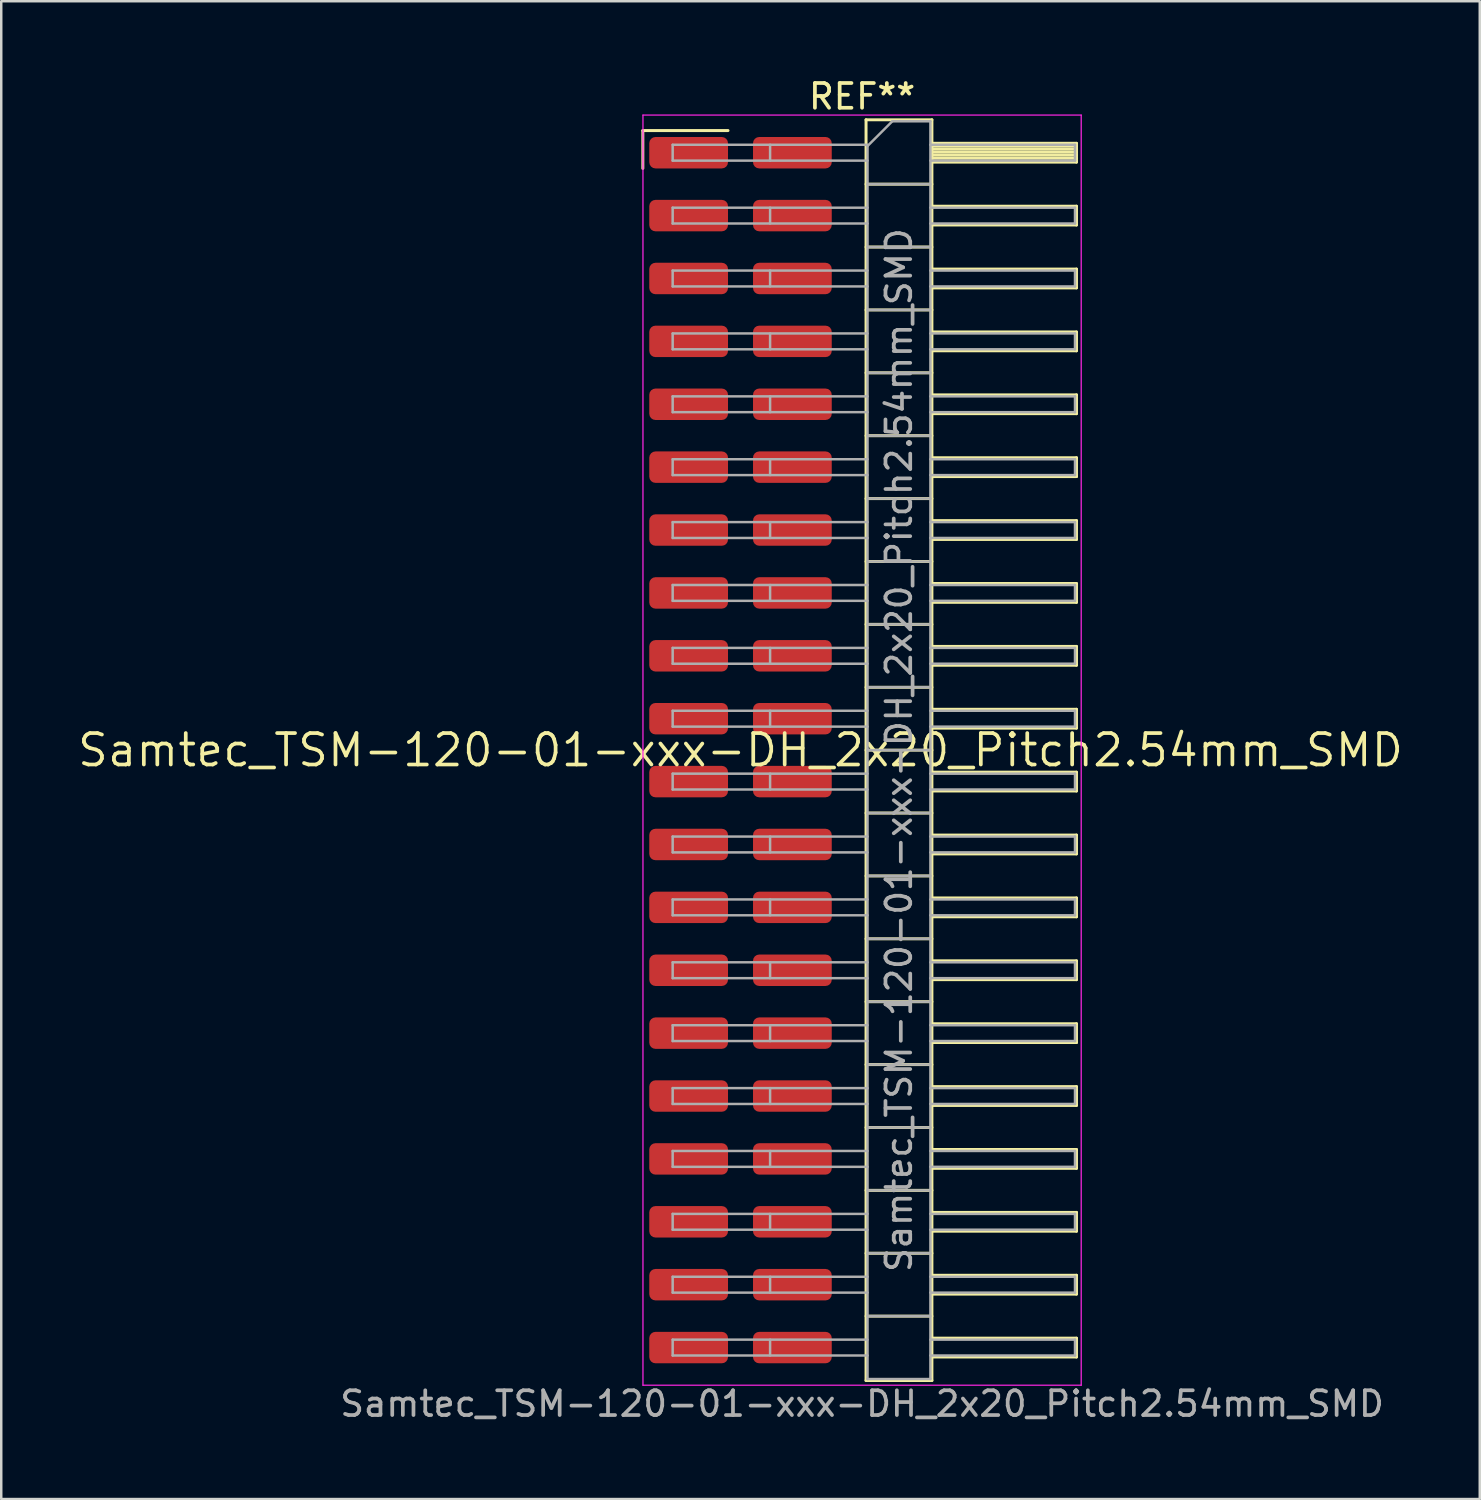
<source format=kicad_pcb>
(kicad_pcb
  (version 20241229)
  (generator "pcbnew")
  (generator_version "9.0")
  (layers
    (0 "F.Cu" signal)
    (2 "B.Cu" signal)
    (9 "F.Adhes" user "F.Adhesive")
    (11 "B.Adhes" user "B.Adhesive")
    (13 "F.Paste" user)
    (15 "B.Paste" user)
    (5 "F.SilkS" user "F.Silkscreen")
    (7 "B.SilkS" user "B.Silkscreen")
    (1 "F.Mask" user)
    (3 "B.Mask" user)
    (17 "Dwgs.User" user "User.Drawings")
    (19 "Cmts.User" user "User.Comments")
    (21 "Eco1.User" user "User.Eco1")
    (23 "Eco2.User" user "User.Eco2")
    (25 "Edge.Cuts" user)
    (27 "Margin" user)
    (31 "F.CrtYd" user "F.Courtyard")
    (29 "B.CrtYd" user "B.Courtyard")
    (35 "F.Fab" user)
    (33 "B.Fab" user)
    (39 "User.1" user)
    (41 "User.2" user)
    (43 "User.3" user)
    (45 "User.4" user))
  (footprint "Samtec_TSM-120-01-xxx-DH_2x20_Pitch2.54mm_SMD"
    (layer "F.Cu")
    (at 26.859 27.248)
    (property "Reference" "Samtec_TSM-120-01-xxx-DH_2x20_Pitch2.54mm_SMD" (at 0 0 0) (layer "F.SilkS") (effects (font (size 1.27 1.27) (thickness 0.15))))
    (attr smd)
    (fp_line (start -3.945 -25.025) (end -0.505 -25.025) (stroke (width 0.12) (type solid)) (layer "F.SilkS"))
    (fp_line (start -3.945 -23.495) (end -3.945 -25.025) (stroke (width 0.12) (type solid)) (layer "F.SilkS"))
    (fp_line (start 5.07 -25.46) (end 7.73 -25.46) (stroke (width 0.12) (type solid)) (layer "F.SilkS"))
    (fp_line (start 5.07 -22.86) (end 7.73 -22.86) (stroke (width 0.12) (type solid)) (layer "F.SilkS"))
    (fp_line (start 5.07 -20.32) (end 7.73 -20.32) (stroke (width 0.12) (type solid)) (layer "F.SilkS"))
    (fp_line (start 5.07 -17.78) (end 7.73 -17.78) (stroke (width 0.12) (type solid)) (layer "F.SilkS"))
    (fp_line (start 5.07 -15.24) (end 7.73 -15.24) (stroke (width 0.12) (type solid)) (layer "F.SilkS"))
    (fp_line (start 5.07 -12.7) (end 7.73 -12.7) (stroke (width 0.12) (type solid)) (layer "F.SilkS"))
    (fp_line (start 5.07 -10.16) (end 7.73 -10.16) (stroke (width 0.12) (type solid)) (layer "F.SilkS"))
    (fp_line (start 5.07 -7.62) (end 7.73 -7.62) (stroke (width 0.12) (type solid)) (layer "F.SilkS"))
    (fp_line (start 5.07 -5.08) (end 7.73 -5.08) (stroke (width 0.12) (type solid)) (layer "F.SilkS"))
    (fp_line (start 5.07 -2.54) (end 7.73 -2.54) (stroke (width 0.12) (type solid)) (layer "F.SilkS"))
    (fp_line (start 5.07 0) (end 7.73 0) (stroke (width 0.12) (type solid)) (layer "F.SilkS"))
    (fp_line (start 5.07 2.54) (end 7.73 2.54) (stroke (width 0.12) (type solid)) (layer "F.SilkS"))
    (fp_line (start 5.07 5.08) (end 7.73 5.08) (stroke (width 0.12) (type solid)) (layer "F.SilkS"))
    (fp_line (start 5.07 7.62) (end 7.73 7.62) (stroke (width 0.12) (type solid)) (layer "F.SilkS"))
    (fp_line (start 5.07 10.16) (end 7.73 10.16) (stroke (width 0.12) (type solid)) (layer "F.SilkS"))
    (fp_line (start 5.07 12.7) (end 7.73 12.7) (stroke (width 0.12) (type solid)) (layer "F.SilkS"))
    (fp_line (start 5.07 15.24) (end 7.73 15.24) (stroke (width 0.12) (type solid)) (layer "F.SilkS"))
    (fp_line (start 5.07 17.78) (end 7.73 17.78) (stroke (width 0.12) (type solid)) (layer "F.SilkS"))
    (fp_line (start 5.07 20.32) (end 7.73 20.32) (stroke (width 0.12) (type solid)) (layer "F.SilkS"))
    (fp_line (start 5.07 22.86) (end 7.73 22.86) (stroke (width 0.12) (type solid)) (layer "F.SilkS"))
    (fp_line (start 5.07 25.46) (end 5.07 -25.46) (stroke (width 0.12) (type solid)) (layer "F.SilkS"))
    (fp_line (start 7.73 -25.46) (end 7.73 25.46) (stroke (width 0.12) (type solid)) (layer "F.SilkS"))
    (fp_line (start 7.73 -24.51) (end 13.57 -24.51) (stroke (width 0.12) (type solid)) (layer "F.SilkS"))
    (fp_line (start 7.73 -24.39) (end 13.57 -24.39) (stroke (width 0.12) (type solid)) (layer "F.SilkS"))
    (fp_line (start 7.73 -24.27) (end 13.57 -24.27) (stroke (width 0.12) (type solid)) (layer "F.SilkS"))
    (fp_line (start 7.73 -24.15) (end 13.57 -24.15) (stroke (width 0.12) (type solid)) (layer "F.SilkS"))
    (fp_line (start 7.73 -24.03) (end 13.57 -24.03) (stroke (width 0.12) (type solid)) (layer "F.SilkS"))
    (fp_line (start 7.73 -23.91) (end 13.57 -23.91) (stroke (width 0.12) (type solid)) (layer "F.SilkS"))
    (fp_line (start 7.73 -23.79) (end 13.57 -23.79) (stroke (width 0.12) (type solid)) (layer "F.SilkS"))
    (fp_line (start 7.73 -23.75) (end 13.57 -23.75) (stroke (width 0.12) (type solid)) (layer "F.SilkS"))
    (fp_line (start 7.73 -21.97) (end 13.57 -21.97) (stroke (width 0.12) (type solid)) (layer "F.SilkS"))
    (fp_line (start 7.73 -21.21) (end 13.57 -21.21) (stroke (width 0.12) (type solid)) (layer "F.SilkS"))
    (fp_line (start 7.73 -19.43) (end 13.57 -19.43) (stroke (width 0.12) (type solid)) (layer "F.SilkS"))
    (fp_line (start 7.73 -18.67) (end 13.57 -18.67) (stroke (width 0.12) (type solid)) (layer "F.SilkS"))
    (fp_line (start 7.73 -16.89) (end 13.57 -16.89) (stroke (width 0.12) (type solid)) (layer "F.SilkS"))
    (fp_line (start 7.73 -16.13) (end 13.57 -16.13) (stroke (width 0.12) (type solid)) (layer "F.SilkS"))
    (fp_line (start 7.73 -14.35) (end 13.57 -14.35) (stroke (width 0.12) (type solid)) (layer "F.SilkS"))
    (fp_line (start 7.73 -13.59) (end 13.57 -13.59) (stroke (width 0.12) (type solid)) (layer "F.SilkS"))
    (fp_line (start 7.73 -11.81) (end 13.57 -11.81) (stroke (width 0.12) (type solid)) (layer "F.SilkS"))
    (fp_line (start 7.73 -11.05) (end 13.57 -11.05) (stroke (width 0.12) (type solid)) (layer "F.SilkS"))
    (fp_line (start 7.73 -9.27) (end 13.57 -9.27) (stroke (width 0.12) (type solid)) (layer "F.SilkS"))
    (fp_line (start 7.73 -8.51) (end 13.57 -8.51) (stroke (width 0.12) (type solid)) (layer "F.SilkS"))
    (fp_line (start 7.73 -6.73) (end 13.57 -6.73) (stroke (width 0.12) (type solid)) (layer "F.SilkS"))
    (fp_line (start 7.73 -5.97) (end 13.57 -5.97) (stroke (width 0.12) (type solid)) (layer "F.SilkS"))
    (fp_line (start 7.73 -4.19) (end 13.57 -4.19) (stroke (width 0.12) (type solid)) (layer "F.SilkS"))
    (fp_line (start 7.73 -3.43) (end 13.57 -3.43) (stroke (width 0.12) (type solid)) (layer "F.SilkS"))
    (fp_line (start 7.73 -1.65) (end 13.57 -1.65) (stroke (width 0.12) (type solid)) (layer "F.SilkS"))
    (fp_line (start 7.73 -0.89) (end 13.57 -0.89) (stroke (width 0.12) (type solid)) (layer "F.SilkS"))
    (fp_line (start 7.73 0.89) (end 13.57 0.89) (stroke (width 0.12) (type solid)) (layer "F.SilkS"))
    (fp_line (start 7.73 1.65) (end 13.57 1.65) (stroke (width 0.12) (type solid)) (layer "F.SilkS"))
    (fp_line (start 7.73 3.43) (end 13.57 3.43) (stroke (width 0.12) (type solid)) (layer "F.SilkS"))
    (fp_line (start 7.73 4.19) (end 13.57 4.19) (stroke (width 0.12) (type solid)) (layer "F.SilkS"))
    (fp_line (start 7.73 5.97) (end 13.57 5.97) (stroke (width 0.12) (type solid)) (layer "F.SilkS"))
    (fp_line (start 7.73 6.73) (end 13.57 6.73) (stroke (width 0.12) (type solid)) (layer "F.SilkS"))
    (fp_line (start 7.73 8.51) (end 13.57 8.51) (stroke (width 0.12) (type solid)) (layer "F.SilkS"))
    (fp_line (start 7.73 9.27) (end 13.57 9.27) (stroke (width 0.12) (type solid)) (layer "F.SilkS"))
    (fp_line (start 7.73 11.05) (end 13.57 11.05) (stroke (width 0.12) (type solid)) (layer "F.SilkS"))
    (fp_line (start 7.73 11.81) (end 13.57 11.81) (stroke (width 0.12) (type solid)) (layer "F.SilkS"))
    (fp_line (start 7.73 13.59) (end 13.57 13.59) (stroke (width 0.12) (type solid)) (layer "F.SilkS"))
    (fp_line (start 7.73 14.35) (end 13.57 14.35) (stroke (width 0.12) (type solid)) (layer "F.SilkS"))
    (fp_line (start 7.73 16.13) (end 13.57 16.13) (stroke (width 0.12) (type solid)) (layer "F.SilkS"))
    (fp_line (start 7.73 16.89) (end 13.57 16.89) (stroke (width 0.12) (type solid)) (layer "F.SilkS"))
    (fp_line (start 7.73 18.67) (end 13.57 18.67) (stroke (width 0.12) (type solid)) (layer "F.SilkS"))
    (fp_line (start 7.73 19.43) (end 13.57 19.43) (stroke (width 0.12) (type solid)) (layer "F.SilkS"))
    (fp_line (start 7.73 21.21) (end 13.57 21.21) (stroke (width 0.12) (type solid)) (layer "F.SilkS"))
    (fp_line (start 7.73 21.97) (end 13.57 21.97) (stroke (width 0.12) (type solid)) (layer "F.SilkS"))
    (fp_line (start 7.73 23.75) (end 13.57 23.75) (stroke (width 0.12) (type solid)) (layer "F.SilkS"))
    (fp_line (start 7.73 24.51) (end 13.57 24.51) (stroke (width 0.12) (type solid)) (layer "F.SilkS"))
    (fp_line (start 7.73 25.46) (end 5.07 25.46) (stroke (width 0.12) (type solid)) (layer "F.SilkS"))
    (fp_line (start 13.57 -24.51) (end 13.57 -23.75) (stroke (width 0.12) (type solid)) (layer "F.SilkS"))
    (fp_line (start 13.57 -21.97) (end 13.57 -21.21) (stroke (width 0.12) (type solid)) (layer "F.SilkS"))
    (fp_line (start 13.57 -19.43) (end 13.57 -18.67) (stroke (width 0.12) (type solid)) (layer "F.SilkS"))
    (fp_line (start 13.57 -16.89) (end 13.57 -16.13) (stroke (width 0.12) (type solid)) (layer "F.SilkS"))
    (fp_line (start 13.57 -14.35) (end 13.57 -13.59) (stroke (width 0.12) (type solid)) (layer "F.SilkS"))
    (fp_line (start 13.57 -11.81) (end 13.57 -11.05) (stroke (width 0.12) (type solid)) (layer "F.SilkS"))
    (fp_line (start 13.57 -9.27) (end 13.57 -8.51) (stroke (width 0.12) (type solid)) (layer "F.SilkS"))
    (fp_line (start 13.57 -6.73) (end 13.57 -5.97) (stroke (width 0.12) (type solid)) (layer "F.SilkS"))
    (fp_line (start 13.57 -4.19) (end 13.57 -3.43) (stroke (width 0.12) (type solid)) (layer "F.SilkS"))
    (fp_line (start 13.57 -1.65) (end 13.57 -0.89) (stroke (width 0.12) (type solid)) (layer "F.SilkS"))
    (fp_line (start 13.57 0.89) (end 13.57 1.65) (stroke (width 0.12) (type solid)) (layer "F.SilkS"))
    (fp_line (start 13.57 3.43) (end 13.57 4.19) (stroke (width 0.12) (type solid)) (layer "F.SilkS"))
    (fp_line (start 13.57 5.97) (end 13.57 6.73) (stroke (width 0.12) (type solid)) (layer "F.SilkS"))
    (fp_line (start 13.57 8.51) (end 13.57 9.27) (stroke (width 0.12) (type solid)) (layer "F.SilkS"))
    (fp_line (start 13.57 11.05) (end 13.57 11.81) (stroke (width 0.12) (type solid)) (layer "F.SilkS"))
    (fp_line (start 13.57 13.59) (end 13.57 14.35) (stroke (width 0.12) (type solid)) (layer "F.SilkS"))
    (fp_line (start 13.57 16.13) (end 13.57 16.89) (stroke (width 0.12) (type solid)) (layer "F.SilkS"))
    (fp_line (start 13.57 18.67) (end 13.57 19.43) (stroke (width 0.12) (type solid)) (layer "F.SilkS"))
    (fp_line (start 13.57 21.21) (end 13.57 21.97) (stroke (width 0.12) (type solid)) (layer "F.SilkS"))
    (fp_line (start 13.57 23.75) (end 13.57 24.51) (stroke (width 0.12) (type solid)) (layer "F.SilkS"))
    (fp_line (start -3.94 -25.65) (end 13.76 -25.65) (stroke (width 0.05) (type solid)) (layer "F.CrtYd"))
    (fp_line (start -3.94 25.65) (end -3.94 -25.65) (stroke (width 0.05) (type solid)) (layer "F.CrtYd"))
    (fp_line (start 13.76 -25.65) (end 13.76 25.65) (stroke (width 0.05) (type solid)) (layer "F.CrtYd"))
    (fp_line (start 13.76 25.65) (end -3.94 25.65) (stroke (width 0.05) (type solid)) (layer "F.CrtYd"))
    (fp_line (start -2.74 -24.45) (end -2.74 -23.81) (stroke (width 0.1) (type solid)) (layer "F.Fab"))
    (fp_line (start -2.74 -24.45) (end 5.13 -24.45) (stroke (width 0.1) (type solid)) (layer "F.Fab"))
    (fp_line (start -2.74 -23.81) (end 5.13 -23.81) (stroke (width 0.1) (type solid)) (layer "F.Fab"))
    (fp_line (start -2.74 -21.91) (end -2.74 -21.27) (stroke (width 0.1) (type solid)) (layer "F.Fab"))
    (fp_line (start -2.74 -21.91) (end 5.13 -21.91) (stroke (width 0.1) (type solid)) (layer "F.Fab"))
    (fp_line (start -2.74 -21.27) (end 5.13 -21.27) (stroke (width 0.1) (type solid)) (layer "F.Fab"))
    (fp_line (start -2.74 -19.37) (end -2.74 -18.73) (stroke (width 0.1) (type solid)) (layer "F.Fab"))
    (fp_line (start -2.74 -19.37) (end 5.13 -19.37) (stroke (width 0.1) (type solid)) (layer "F.Fab"))
    (fp_line (start -2.74 -18.73) (end 5.13 -18.73) (stroke (width 0.1) (type solid)) (layer "F.Fab"))
    (fp_line (start -2.74 -16.83) (end -2.74 -16.19) (stroke (width 0.1) (type solid)) (layer "F.Fab"))
    (fp_line (start -2.74 -16.83) (end 5.13 -16.83) (stroke (width 0.1) (type solid)) (layer "F.Fab"))
    (fp_line (start -2.74 -16.19) (end 5.13 -16.19) (stroke (width 0.1) (type solid)) (layer "F.Fab"))
    (fp_line (start -2.74 -14.29) (end -2.74 -13.65) (stroke (width 0.1) (type solid)) (layer "F.Fab"))
    (fp_line (start -2.74 -14.29) (end 5.13 -14.29) (stroke (width 0.1) (type solid)) (layer "F.Fab"))
    (fp_line (start -2.74 -13.65) (end 5.13 -13.65) (stroke (width 0.1) (type solid)) (layer "F.Fab"))
    (fp_line (start -2.74 -11.75) (end -2.74 -11.11) (stroke (width 0.1) (type solid)) (layer "F.Fab"))
    (fp_line (start -2.74 -11.75) (end 5.13 -11.75) (stroke (width 0.1) (type solid)) (layer "F.Fab"))
    (fp_line (start -2.74 -11.11) (end 5.13 -11.11) (stroke (width 0.1) (type solid)) (layer "F.Fab"))
    (fp_line (start -2.74 -9.21) (end -2.74 -8.57) (stroke (width 0.1) (type solid)) (layer "F.Fab"))
    (fp_line (start -2.74 -9.21) (end 5.13 -9.21) (stroke (width 0.1) (type solid)) (layer "F.Fab"))
    (fp_line (start -2.74 -8.57) (end 5.13 -8.57) (stroke (width 0.1) (type solid)) (layer "F.Fab"))
    (fp_line (start -2.74 -6.67) (end -2.74 -6.03) (stroke (width 0.1) (type solid)) (layer "F.Fab"))
    (fp_line (start -2.74 -6.67) (end 5.13 -6.67) (stroke (width 0.1) (type solid)) (layer "F.Fab"))
    (fp_line (start -2.74 -6.03) (end 5.13 -6.03) (stroke (width 0.1) (type solid)) (layer "F.Fab"))
    (fp_line (start -2.74 -4.13) (end -2.74 -3.49) (stroke (width 0.1) (type solid)) (layer "F.Fab"))
    (fp_line (start -2.74 -4.13) (end 5.13 -4.13) (stroke (width 0.1) (type solid)) (layer "F.Fab"))
    (fp_line (start -2.74 -3.49) (end 5.13 -3.49) (stroke (width 0.1) (type solid)) (layer "F.Fab"))
    (fp_line (start -2.74 -1.59) (end -2.74 -0.95) (stroke (width 0.1) (type solid)) (layer "F.Fab"))
    (fp_line (start -2.74 -1.59) (end 5.13 -1.59) (stroke (width 0.1) (type solid)) (layer "F.Fab"))
    (fp_line (start -2.74 -0.95) (end 5.13 -0.95) (stroke (width 0.1) (type solid)) (layer "F.Fab"))
    (fp_line (start -2.74 0.95) (end -2.74 1.59) (stroke (width 0.1) (type solid)) (layer "F.Fab"))
    (fp_line (start -2.74 0.95) (end 5.13 0.95) (stroke (width 0.1) (type solid)) (layer "F.Fab"))
    (fp_line (start -2.74 1.59) (end 5.13 1.59) (stroke (width 0.1) (type solid)) (layer "F.Fab"))
    (fp_line (start -2.74 3.49) (end -2.74 4.13) (stroke (width 0.1) (type solid)) (layer "F.Fab"))
    (fp_line (start -2.74 3.49) (end 5.13 3.49) (stroke (width 0.1) (type solid)) (layer "F.Fab"))
    (fp_line (start -2.74 4.13) (end 5.13 4.13) (stroke (width 0.1) (type solid)) (layer "F.Fab"))
    (fp_line (start -2.74 6.03) (end -2.74 6.67) (stroke (width 0.1) (type solid)) (layer "F.Fab"))
    (fp_line (start -2.74 6.03) (end 5.13 6.03) (stroke (width 0.1) (type solid)) (layer "F.Fab"))
    (fp_line (start -2.74 6.67) (end 5.13 6.67) (stroke (width 0.1) (type solid)) (layer "F.Fab"))
    (fp_line (start -2.74 8.57) (end -2.74 9.21) (stroke (width 0.1) (type solid)) (layer "F.Fab"))
    (fp_line (start -2.74 8.57) (end 5.13 8.57) (stroke (width 0.1) (type solid)) (layer "F.Fab"))
    (fp_line (start -2.74 9.21) (end 5.13 9.21) (stroke (width 0.1) (type solid)) (layer "F.Fab"))
    (fp_line (start -2.74 11.11) (end -2.74 11.75) (stroke (width 0.1) (type solid)) (layer "F.Fab"))
    (fp_line (start -2.74 11.11) (end 5.13 11.11) (stroke (width 0.1) (type solid)) (layer "F.Fab"))
    (fp_line (start -2.74 11.75) (end 5.13 11.75) (stroke (width 0.1) (type solid)) (layer "F.Fab"))
    (fp_line (start -2.74 13.65) (end -2.74 14.29) (stroke (width 0.1) (type solid)) (layer "F.Fab"))
    (fp_line (start -2.74 13.65) (end 5.13 13.65) (stroke (width 0.1) (type solid)) (layer "F.Fab"))
    (fp_line (start -2.74 14.29) (end 5.13 14.29) (stroke (width 0.1) (type solid)) (layer "F.Fab"))
    (fp_line (start -2.74 16.19) (end -2.74 16.83) (stroke (width 0.1) (type solid)) (layer "F.Fab"))
    (fp_line (start -2.74 16.19) (end 5.13 16.19) (stroke (width 0.1) (type solid)) (layer "F.Fab"))
    (fp_line (start -2.74 16.83) (end 5.13 16.83) (stroke (width 0.1) (type solid)) (layer "F.Fab"))
    (fp_line (start -2.74 18.73) (end -2.74 19.37) (stroke (width 0.1) (type solid)) (layer "F.Fab"))
    (fp_line (start -2.74 18.73) (end 5.13 18.73) (stroke (width 0.1) (type solid)) (layer "F.Fab"))
    (fp_line (start -2.74 19.37) (end 5.13 19.37) (stroke (width 0.1) (type solid)) (layer "F.Fab"))
    (fp_line (start -2.74 21.27) (end -2.74 21.91) (stroke (width 0.1) (type solid)) (layer "F.Fab"))
    (fp_line (start -2.74 21.27) (end 5.13 21.27) (stroke (width 0.1) (type solid)) (layer "F.Fab"))
    (fp_line (start -2.74 21.91) (end 5.13 21.91) (stroke (width 0.1) (type solid)) (layer "F.Fab"))
    (fp_line (start -2.74 23.81) (end -2.74 24.45) (stroke (width 0.1) (type solid)) (layer "F.Fab"))
    (fp_line (start -2.74 23.81) (end 5.13 23.81) (stroke (width 0.1) (type solid)) (layer "F.Fab"))
    (fp_line (start -2.74 24.45) (end 5.13 24.45) (stroke (width 0.1) (type solid)) (layer "F.Fab"))
    (fp_line (start 1.195 -24.45) (end 1.195 -23.81) (stroke (width 0.1) (type solid)) (layer "F.Fab"))
    (fp_line (start 1.195 -21.91) (end 1.195 -21.27) (stroke (width 0.1) (type solid)) (layer "F.Fab"))
    (fp_line (start 1.195 -19.37) (end 1.195 -18.73) (stroke (width 0.1) (type solid)) (layer "F.Fab"))
    (fp_line (start 1.195 -16.83) (end 1.195 -16.19) (stroke (width 0.1) (type solid)) (layer "F.Fab"))
    (fp_line (start 1.195 -14.29) (end 1.195 -13.65) (stroke (width 0.1) (type solid)) (layer "F.Fab"))
    (fp_line (start 1.195 -11.75) (end 1.195 -11.11) (stroke (width 0.1) (type solid)) (layer "F.Fab"))
    (fp_line (start 1.195 -9.21) (end 1.195 -8.57) (stroke (width 0.1) (type solid)) (layer "F.Fab"))
    (fp_line (start 1.195 -6.67) (end 1.195 -6.03) (stroke (width 0.1) (type solid)) (layer "F.Fab"))
    (fp_line (start 1.195 -4.13) (end 1.195 -3.49) (stroke (width 0.1) (type solid)) (layer "F.Fab"))
    (fp_line (start 1.195 -1.59) (end 1.195 -0.95) (stroke (width 0.1) (type solid)) (layer "F.Fab"))
    (fp_line (start 1.195 0.95) (end 1.195 1.59) (stroke (width 0.1) (type solid)) (layer "F.Fab"))
    (fp_line (start 1.195 3.49) (end 1.195 4.13) (stroke (width 0.1) (type solid)) (layer "F.Fab"))
    (fp_line (start 1.195 6.03) (end 1.195 6.67) (stroke (width 0.1) (type solid)) (layer "F.Fab"))
    (fp_line (start 1.195 8.57) (end 1.195 9.21) (stroke (width 0.1) (type solid)) (layer "F.Fab"))
    (fp_line (start 1.195 11.11) (end 1.195 11.75) (stroke (width 0.1) (type solid)) (layer "F.Fab"))
    (fp_line (start 1.195 13.65) (end 1.195 14.29) (stroke (width 0.1) (type solid)) (layer "F.Fab"))
    (fp_line (start 1.195 16.19) (end 1.195 16.83) (stroke (width 0.1) (type solid)) (layer "F.Fab"))
    (fp_line (start 1.195 18.73) (end 1.195 19.37) (stroke (width 0.1) (type solid)) (layer "F.Fab"))
    (fp_line (start 1.195 21.27) (end 1.195 21.91) (stroke (width 0.1) (type solid)) (layer "F.Fab"))
    (fp_line (start 1.195 23.81) (end 1.195 24.45) (stroke (width 0.1) (type solid)) (layer "F.Fab"))
    (fp_line (start 5.13 -24.4) (end 6.13 -25.4) (stroke (width 0.1) (type solid)) (layer "F.Fab"))
    (fp_line (start 5.13 -22.86) (end 7.67 -22.86) (stroke (width 0.1) (type solid)) (layer "F.Fab"))
    (fp_line (start 5.13 -20.32) (end 7.67 -20.32) (stroke (width 0.1) (type solid)) (layer "F.Fab"))
    (fp_line (start 5.13 -17.78) (end 7.67 -17.78) (stroke (width 0.1) (type solid)) (layer "F.Fab"))
    (fp_line (start 5.13 -15.24) (end 7.67 -15.24) (stroke (width 0.1) (type solid)) (layer "F.Fab"))
    (fp_line (start 5.13 -12.7) (end 7.67 -12.7) (stroke (width 0.1) (type solid)) (layer "F.Fab"))
    (fp_line (start 5.13 -10.16) (end 7.67 -10.16) (stroke (width 0.1) (type solid)) (layer "F.Fab"))
    (fp_line (start 5.13 -7.62) (end 7.67 -7.62) (stroke (width 0.1) (type solid)) (layer "F.Fab"))
    (fp_line (start 5.13 -5.08) (end 7.67 -5.08) (stroke (width 0.1) (type solid)) (layer "F.Fab"))
    (fp_line (start 5.13 -2.54) (end 7.67 -2.54) (stroke (width 0.1) (type solid)) (layer "F.Fab"))
    (fp_line (start 5.13 0) (end 7.67 0) (stroke (width 0.1) (type solid)) (layer "F.Fab"))
    (fp_line (start 5.13 2.54) (end 7.67 2.54) (stroke (width 0.1) (type solid)) (layer "F.Fab"))
    (fp_line (start 5.13 5.08) (end 7.67 5.08) (stroke (width 0.1) (type solid)) (layer "F.Fab"))
    (fp_line (start 5.13 7.62) (end 7.67 7.62) (stroke (width 0.1) (type solid)) (layer "F.Fab"))
    (fp_line (start 5.13 10.16) (end 7.67 10.16) (stroke (width 0.1) (type solid)) (layer "F.Fab"))
    (fp_line (start 5.13 12.7) (end 7.67 12.7) (stroke (width 0.1) (type solid)) (layer "F.Fab"))
    (fp_line (start 5.13 15.24) (end 7.67 15.24) (stroke (width 0.1) (type solid)) (layer "F.Fab"))
    (fp_line (start 5.13 17.78) (end 7.67 17.78) (stroke (width 0.1) (type solid)) (layer "F.Fab"))
    (fp_line (start 5.13 20.32) (end 7.67 20.32) (stroke (width 0.1) (type solid)) (layer "F.Fab"))
    (fp_line (start 5.13 22.86) (end 7.67 22.86) (stroke (width 0.1) (type solid)) (layer "F.Fab"))
    (fp_line (start 5.13 25.4) (end 5.13 -24.4) (stroke (width 0.1) (type solid)) (layer "F.Fab"))
    (fp_line (start 6.13 -25.4) (end 7.67 -25.4) (stroke (width 0.1) (type solid)) (layer "F.Fab"))
    (fp_line (start 7.67 -25.4) (end 7.67 25.4) (stroke (width 0.1) (type solid)) (layer "F.Fab"))
    (fp_line (start 7.67 -24.45) (end 13.51 -24.45) (stroke (width 0.1) (type solid)) (layer "F.Fab"))
    (fp_line (start 7.67 -23.81) (end 13.51 -23.81) (stroke (width 0.1) (type solid)) (layer "F.Fab"))
    (fp_line (start 7.67 -21.91) (end 13.51 -21.91) (stroke (width 0.1) (type solid)) (layer "F.Fab"))
    (fp_line (start 7.67 -21.27) (end 13.51 -21.27) (stroke (width 0.1) (type solid)) (layer "F.Fab"))
    (fp_line (start 7.67 -19.37) (end 13.51 -19.37) (stroke (width 0.1) (type solid)) (layer "F.Fab"))
    (fp_line (start 7.67 -18.73) (end 13.51 -18.73) (stroke (width 0.1) (type solid)) (layer "F.Fab"))
    (fp_line (start 7.67 -16.83) (end 13.51 -16.83) (stroke (width 0.1) (type solid)) (layer "F.Fab"))
    (fp_line (start 7.67 -16.19) (end 13.51 -16.19) (stroke (width 0.1) (type solid)) (layer "F.Fab"))
    (fp_line (start 7.67 -14.29) (end 13.51 -14.29) (stroke (width 0.1) (type solid)) (layer "F.Fab"))
    (fp_line (start 7.67 -13.65) (end 13.51 -13.65) (stroke (width 0.1) (type solid)) (layer "F.Fab"))
    (fp_line (start 7.67 -11.75) (end 13.51 -11.75) (stroke (width 0.1) (type solid)) (layer "F.Fab"))
    (fp_line (start 7.67 -11.11) (end 13.51 -11.11) (stroke (width 0.1) (type solid)) (layer "F.Fab"))
    (fp_line (start 7.67 -9.21) (end 13.51 -9.21) (stroke (width 0.1) (type solid)) (layer "F.Fab"))
    (fp_line (start 7.67 -8.57) (end 13.51 -8.57) (stroke (width 0.1) (type solid)) (layer "F.Fab"))
    (fp_line (start 7.67 -6.67) (end 13.51 -6.67) (stroke (width 0.1) (type solid)) (layer "F.Fab"))
    (fp_line (start 7.67 -6.03) (end 13.51 -6.03) (stroke (width 0.1) (type solid)) (layer "F.Fab"))
    (fp_line (start 7.67 -4.13) (end 13.51 -4.13) (stroke (width 0.1) (type solid)) (layer "F.Fab"))
    (fp_line (start 7.67 -3.49) (end 13.51 -3.49) (stroke (width 0.1) (type solid)) (layer "F.Fab"))
    (fp_line (start 7.67 -1.59) (end 13.51 -1.59) (stroke (width 0.1) (type solid)) (layer "F.Fab"))
    (fp_line (start 7.67 -0.95) (end 13.51 -0.95) (stroke (width 0.1) (type solid)) (layer "F.Fab"))
    (fp_line (start 7.67 0.95) (end 13.51 0.95) (stroke (width 0.1) (type solid)) (layer "F.Fab"))
    (fp_line (start 7.67 1.59) (end 13.51 1.59) (stroke (width 0.1) (type solid)) (layer "F.Fab"))
    (fp_line (start 7.67 3.49) (end 13.51 3.49) (stroke (width 0.1) (type solid)) (layer "F.Fab"))
    (fp_line (start 7.67 4.13) (end 13.51 4.13) (stroke (width 0.1) (type solid)) (layer "F.Fab"))
    (fp_line (start 7.67 6.03) (end 13.51 6.03) (stroke (width 0.1) (type solid)) (layer "F.Fab"))
    (fp_line (start 7.67 6.67) (end 13.51 6.67) (stroke (width 0.1) (type solid)) (layer "F.Fab"))
    (fp_line (start 7.67 8.57) (end 13.51 8.57) (stroke (width 0.1) (type solid)) (layer "F.Fab"))
    (fp_line (start 7.67 9.21) (end 13.51 9.21) (stroke (width 0.1) (type solid)) (layer "F.Fab"))
    (fp_line (start 7.67 11.11) (end 13.51 11.11) (stroke (width 0.1) (type solid)) (layer "F.Fab"))
    (fp_line (start 7.67 11.75) (end 13.51 11.75) (stroke (width 0.1) (type solid)) (layer "F.Fab"))
    (fp_line (start 7.67 13.65) (end 13.51 13.65) (stroke (width 0.1) (type solid)) (layer "F.Fab"))
    (fp_line (start 7.67 14.29) (end 13.51 14.29) (stroke (width 0.1) (type solid)) (layer "F.Fab"))
    (fp_line (start 7.67 16.19) (end 13.51 16.19) (stroke (width 0.1) (type solid)) (layer "F.Fab"))
    (fp_line (start 7.67 16.83) (end 13.51 16.83) (stroke (width 0.1) (type solid)) (layer "F.Fab"))
    (fp_line (start 7.67 18.73) (end 13.51 18.73) (stroke (width 0.1) (type solid)) (layer "F.Fab"))
    (fp_line (start 7.67 19.37) (end 13.51 19.37) (stroke (width 0.1) (type solid)) (layer "F.Fab"))
    (fp_line (start 7.67 21.27) (end 13.51 21.27) (stroke (width 0.1) (type solid)) (layer "F.Fab"))
    (fp_line (start 7.67 21.91) (end 13.51 21.91) (stroke (width 0.1) (type solid)) (layer "F.Fab"))
    (fp_line (start 7.67 23.81) (end 13.51 23.81) (stroke (width 0.1) (type solid)) (layer "F.Fab"))
    (fp_line (start 7.67 24.45) (end 13.51 24.45) (stroke (width 0.1) (type solid)) (layer "F.Fab"))
    (fp_line (start 7.67 25.4) (end 5.13 25.4) (stroke (width 0.1) (type solid)) (layer "F.Fab"))
    (fp_line (start 13.51 -24.45) (end 13.51 -23.81) (stroke (width 0.1) (type solid)) (layer "F.Fab"))
    (fp_line (start 13.51 -21.91) (end 13.51 -21.27) (stroke (width 0.1) (type solid)) (layer "F.Fab"))
    (fp_line (start 13.51 -19.37) (end 13.51 -18.73) (stroke (width 0.1) (type solid)) (layer "F.Fab"))
    (fp_line (start 13.51 -16.83) (end 13.51 -16.19) (stroke (width 0.1) (type solid)) (layer "F.Fab"))
    (fp_line (start 13.51 -14.29) (end 13.51 -13.65) (stroke (width 0.1) (type solid)) (layer "F.Fab"))
    (fp_line (start 13.51 -11.75) (end 13.51 -11.11) (stroke (width 0.1) (type solid)) (layer "F.Fab"))
    (fp_line (start 13.51 -9.21) (end 13.51 -8.57) (stroke (width 0.1) (type solid)) (layer "F.Fab"))
    (fp_line (start 13.51 -6.67) (end 13.51 -6.03) (stroke (width 0.1) (type solid)) (layer "F.Fab"))
    (fp_line (start 13.51 -4.13) (end 13.51 -3.49) (stroke (width 0.1) (type solid)) (layer "F.Fab"))
    (fp_line (start 13.51 -1.59) (end 13.51 -0.95) (stroke (width 0.1) (type solid)) (layer "F.Fab"))
    (fp_line (start 13.51 0.95) (end 13.51 1.59) (stroke (width 0.1) (type solid)) (layer "F.Fab"))
    (fp_line (start 13.51 3.49) (end 13.51 4.13) (stroke (width 0.1) (type solid)) (layer "F.Fab"))
    (fp_line (start 13.51 6.03) (end 13.51 6.67) (stroke (width 0.1) (type solid)) (layer "F.Fab"))
    (fp_line (start 13.51 8.57) (end 13.51 9.21) (stroke (width 0.1) (type solid)) (layer "F.Fab"))
    (fp_line (start 13.51 11.11) (end 13.51 11.75) (stroke (width 0.1) (type solid)) (layer "F.Fab"))
    (fp_line (start 13.51 13.65) (end 13.51 14.29) (stroke (width 0.1) (type solid)) (layer "F.Fab"))
    (fp_line (start 13.51 16.19) (end 13.51 16.83) (stroke (width 0.1) (type solid)) (layer "F.Fab"))
    (fp_line (start 13.51 18.73) (end 13.51 19.37) (stroke (width 0.1) (type solid)) (layer "F.Fab"))
    (fp_line (start 13.51 21.27) (end 13.51 21.91) (stroke (width 0.1) (type solid)) (layer "F.Fab"))
    (fp_line (start 13.51 23.81) (end 13.51 24.45) (stroke (width 0.1) (type solid)) (layer "F.Fab"))
    (fp_text user "REF**" (at 4.91 -26.4 0) (layer "F.SilkS") (effects (font (size 1 1) (thickness 0.15))))
    (fp_text user "${REFERENCE}" (at 6.4 0 90) (layer "F.Fab") (effects (font (size 1 1) (thickness 0.15))))
    (fp_text user "Samtec_TSM-120-01-xxx-DH_2x20_Pitch2.54mm_SMD" (at 4.91 26.4 0) (layer "F.Fab") (effects (font (size 1 1) (thickness 0.15))))
    (pad "1" smd roundrect (at -2.095 -24.13) (size 3.18 1.27) (layers "F.Cu" "F.Mask" "F.Paste") (roundrect_rratio 0.197))
    (pad "2" smd roundrect (at 2.095 -24.13) (size 3.18 1.27) (layers "F.Cu" "F.Mask" "F.Paste") (roundrect_rratio 0.197))
    (pad "3" smd roundrect (at -2.095 -21.59) (size 3.18 1.27) (layers "F.Cu" "F.Mask" "F.Paste") (roundrect_rratio 0.197))
    (pad "4" smd roundrect (at 2.095 -21.59) (size 3.18 1.27) (layers "F.Cu" "F.Mask" "F.Paste") (roundrect_rratio 0.197))
    (pad "5" smd roundrect (at -2.095 -19.05) (size 3.18 1.27) (layers "F.Cu" "F.Mask" "F.Paste") (roundrect_rratio 0.197))
    (pad "6" smd roundrect (at 2.095 -19.05) (size 3.18 1.27) (layers "F.Cu" "F.Mask" "F.Paste") (roundrect_rratio 0.197))
    (pad "7" smd roundrect (at -2.095 -16.51) (size 3.18 1.27) (layers "F.Cu" "F.Mask" "F.Paste") (roundrect_rratio 0.197))
    (pad "8" smd roundrect (at 2.095 -16.51) (size 3.18 1.27) (layers "F.Cu" "F.Mask" "F.Paste") (roundrect_rratio 0.197))
    (pad "9" smd roundrect (at -2.095 -13.97) (size 3.18 1.27) (layers "F.Cu" "F.Mask" "F.Paste") (roundrect_rratio 0.197))
    (pad "10" smd roundrect (at 2.095 -13.97) (size 3.18 1.27) (layers "F.Cu" "F.Mask" "F.Paste") (roundrect_rratio 0.197))
    (pad "11" smd roundrect (at -2.095 -11.43) (size 3.18 1.27) (layers "F.Cu" "F.Mask" "F.Paste") (roundrect_rratio 0.197))
    (pad "12" smd roundrect (at 2.095 -11.43) (size 3.18 1.27) (layers "F.Cu" "F.Mask" "F.Paste") (roundrect_rratio 0.197))
    (pad "13" smd roundrect (at -2.095 -8.89) (size 3.18 1.27) (layers "F.Cu" "F.Mask" "F.Paste") (roundrect_rratio 0.197))
    (pad "14" smd roundrect (at 2.095 -8.89) (size 3.18 1.27) (layers "F.Cu" "F.Mask" "F.Paste") (roundrect_rratio 0.197))
    (pad "15" smd roundrect (at -2.095 -6.35) (size 3.18 1.27) (layers "F.Cu" "F.Mask" "F.Paste") (roundrect_rratio 0.197))
    (pad "16" smd roundrect (at 2.095 -6.35) (size 3.18 1.27) (layers "F.Cu" "F.Mask" "F.Paste") (roundrect_rratio 0.197))
    (pad "17" smd roundrect (at -2.095 -3.81) (size 3.18 1.27) (layers "F.Cu" "F.Mask" "F.Paste") (roundrect_rratio 0.197))
    (pad "18" smd roundrect (at 2.095 -3.81) (size 3.18 1.27) (layers "F.Cu" "F.Mask" "F.Paste") (roundrect_rratio 0.197))
    (pad "19" smd roundrect (at -2.095 -1.27) (size 3.18 1.27) (layers "F.Cu" "F.Mask" "F.Paste") (roundrect_rratio 0.197))
    (pad "20" smd roundrect (at 2.095 -1.27) (size 3.18 1.27) (layers "F.Cu" "F.Mask" "F.Paste") (roundrect_rratio 0.197))
    (pad "21" smd roundrect (at -2.095 1.27) (size 3.18 1.27) (layers "F.Cu" "F.Mask" "F.Paste") (roundrect_rratio 0.197))
    (pad "22" smd roundrect (at 2.095 1.27) (size 3.18 1.27) (layers "F.Cu" "F.Mask" "F.Paste") (roundrect_rratio 0.197))
    (pad "23" smd roundrect (at -2.095 3.81) (size 3.18 1.27) (layers "F.Cu" "F.Mask" "F.Paste") (roundrect_rratio 0.197))
    (pad "24" smd roundrect (at 2.095 3.81) (size 3.18 1.27) (layers "F.Cu" "F.Mask" "F.Paste") (roundrect_rratio 0.197))
    (pad "25" smd roundrect (at -2.095 6.35) (size 3.18 1.27) (layers "F.Cu" "F.Mask" "F.Paste") (roundrect_rratio 0.197))
    (pad "26" smd roundrect (at 2.095 6.35) (size 3.18 1.27) (layers "F.Cu" "F.Mask" "F.Paste") (roundrect_rratio 0.197))
    (pad "27" smd roundrect (at -2.095 8.89) (size 3.18 1.27) (layers "F.Cu" "F.Mask" "F.Paste") (roundrect_rratio 0.197))
    (pad "28" smd roundrect (at 2.095 8.89) (size 3.18 1.27) (layers "F.Cu" "F.Mask" "F.Paste") (roundrect_rratio 0.197))
    (pad "29" smd roundrect (at -2.095 11.43) (size 3.18 1.27) (layers "F.Cu" "F.Mask" "F.Paste") (roundrect_rratio 0.197))
    (pad "30" smd roundrect (at 2.095 11.43) (size 3.18 1.27) (layers "F.Cu" "F.Mask" "F.Paste") (roundrect_rratio 0.197))
    (pad "31" smd roundrect (at -2.095 13.97) (size 3.18 1.27) (layers "F.Cu" "F.Mask" "F.Paste") (roundrect_rratio 0.197))
    (pad "32" smd roundrect (at 2.095 13.97) (size 3.18 1.27) (layers "F.Cu" "F.Mask" "F.Paste") (roundrect_rratio 0.197))
    (pad "33" smd roundrect (at -2.095 16.51) (size 3.18 1.27) (layers "F.Cu" "F.Mask" "F.Paste") (roundrect_rratio 0.197))
    (pad "34" smd roundrect (at 2.095 16.51) (size 3.18 1.27) (layers "F.Cu" "F.Mask" "F.Paste") (roundrect_rratio 0.197))
    (pad "35" smd roundrect (at -2.095 19.05) (size 3.18 1.27) (layers "F.Cu" "F.Mask" "F.Paste") (roundrect_rratio 0.197))
    (pad "36" smd roundrect (at 2.095 19.05) (size 3.18 1.27) (layers "F.Cu" "F.Mask" "F.Paste") (roundrect_rratio 0.197))
    (pad "37" smd roundrect (at -2.095 21.59) (size 3.18 1.27) (layers "F.Cu" "F.Mask" "F.Paste") (roundrect_rratio 0.197))
    (pad "38" smd roundrect (at 2.095 21.59) (size 3.18 1.27) (layers "F.Cu" "F.Mask" "F.Paste") (roundrect_rratio 0.197))
    (pad "39" smd roundrect (at -2.095 24.13) (size 3.18 1.27) (layers "F.Cu" "F.Mask" "F.Paste") (roundrect_rratio 0.197))
    (pad "40" smd roundrect (at 2.095 24.13) (size 3.18 1.27) (layers "F.Cu" "F.Mask" "F.Paste") (roundrect_rratio 0.197)))
  (gr_rect
    (start -3 -3)
    (end 56.717 57.496)
    (stroke (width 0.1) (type default))
    (fill no)
    (layer "Edge.Cuts")))
</source>
